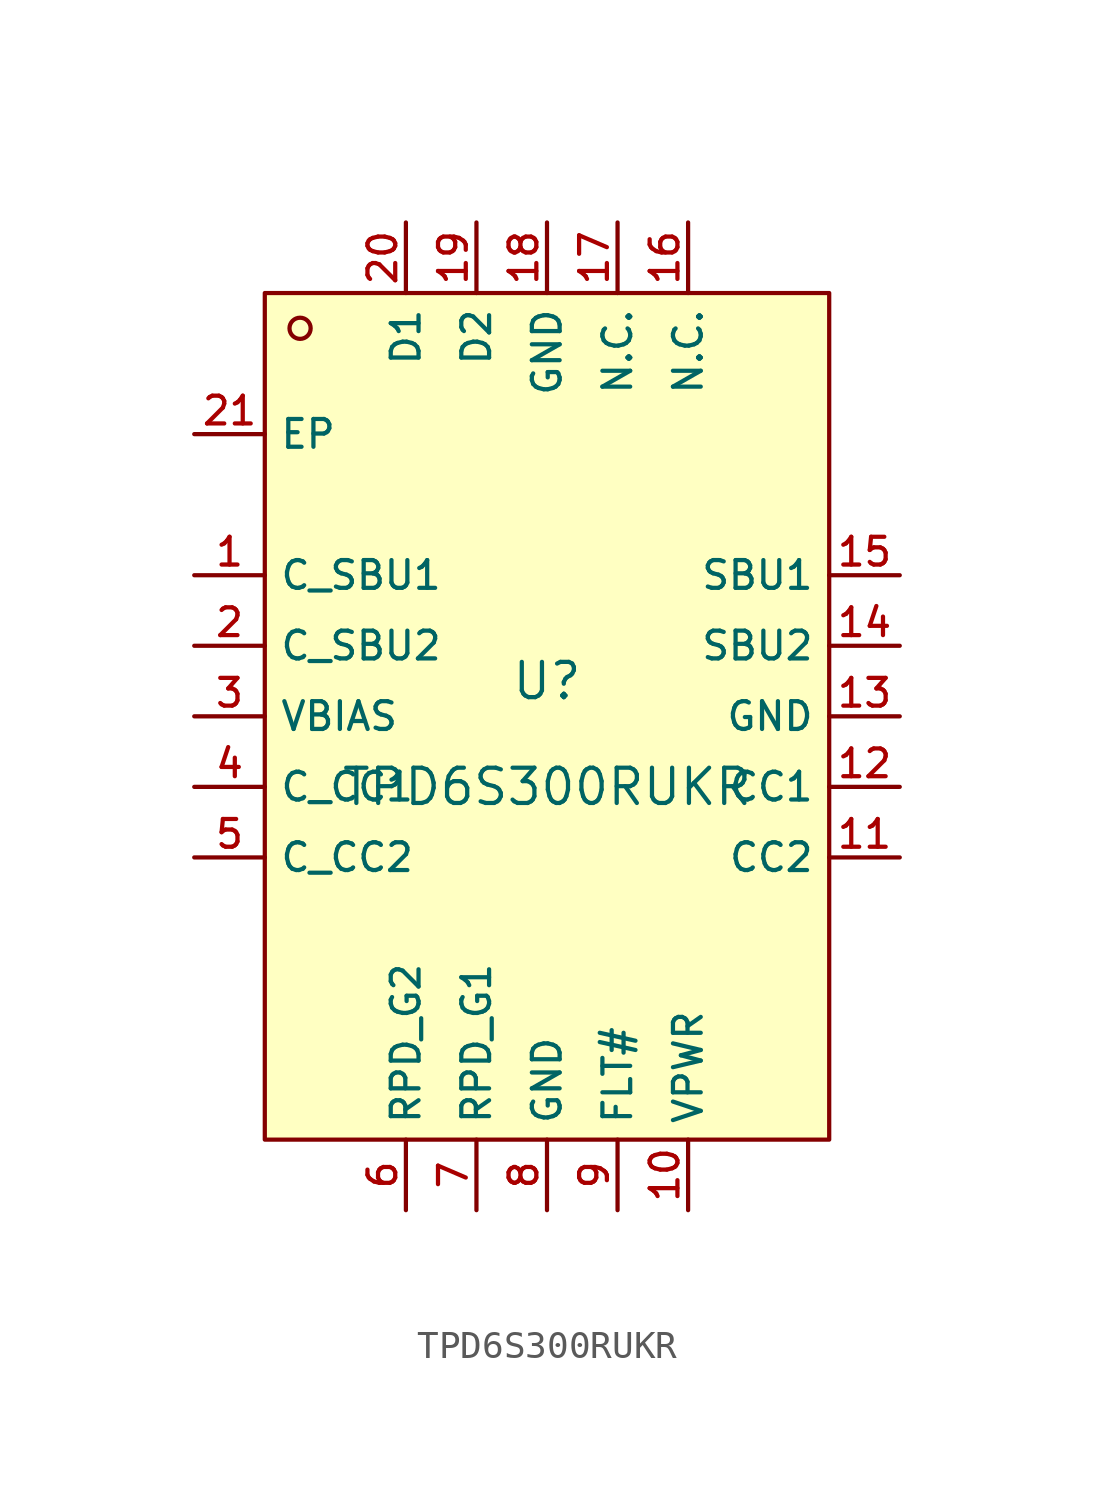
<source format=kicad_sym>
(kicad_symbol_lib
  (version 20210201)
  (generator TousstNicolas/JLC2KiCad_lib)
  (symbol "TPD6S300RUKR"
    (property "Reference" "U"
      (at 0 1.27 0)
      (effects (font (size 1.27 1.27))))
    (property "Value" "TPD6S300RUKR"
      (at 0 -2.54 0)
      (effects (font (size 1.27 1.27))))
    (symbol "TPD6S300RUKR_0_1"
      (rectangle (start -10.16 15.24) (end 10.16 -15.24) (stroke (width 0) (type default) (color 0 0 0 0)) (fill (type background)))
      (circle (center -8.89 13.97) (radius 0.381) (stroke (width 0) (type default) (color 0 0 0 0)) (fill (type background)))
      (pin unspecified line (at -12.7 5.08 0) (length 2.54) (name "C_SBU1" (effects (font (size 1 1)))) (number "1" (effects (font (size 1 1)))))
      (pin unspecified line (at -12.7 2.54 0) (length 2.54) (name "C_SBU2" (effects (font (size 1 1)))) (number "2" (effects (font (size 1 1)))))
      (pin unspecified line (at -12.7 -0.0 0) (length 2.54) (name "VBIAS" (effects (font (size 1 1)))) (number "3" (effects (font (size 1 1)))))
      (pin unspecified line (at -12.7 -2.54 0) (length 2.54) (name "C_CC1" (effects (font (size 1 1)))) (number "4" (effects (font (size 1 1)))))
      (pin unspecified line (at -12.7 -5.08 0) (length 2.54) (name "C_CC2" (effects (font (size 1 1)))) (number "5" (effects (font (size 1 1)))))
      (pin unspecified line (at -5.08 -17.78 90) (length 2.54) (name "RPD_G2" (effects (font (size 1 1)))) (number "6" (effects (font (size 1 1)))))
      (pin unspecified line (at -2.54 -17.78 90) (length 2.54) (name "RPD_G1" (effects (font (size 1 1)))) (number "7" (effects (font (size 1 1)))))
      (pin unspecified line (at 0.0 -17.78 90) (length 2.54) (name "GND" (effects (font (size 1 1)))) (number "8" (effects (font (size 1 1)))))
      (pin unspecified line (at 2.54 -17.78 90) (length 2.54) (name "FLT#" (effects (font (size 1 1)))) (number "9" (effects (font (size 1 1)))))
      (pin unspecified line (at 5.08 -17.78 90) (length 2.54) (name "VPWR" (effects (font (size 1 1)))) (number "10" (effects (font (size 1 1)))))
      (pin unspecified line (at 12.7 -5.08 180) (length 2.54) (name "CC2" (effects (font (size 1 1)))) (number "11" (effects (font (size 1 1)))))
      (pin unspecified line (at 12.7 -2.54 180) (length 2.54) (name "CC1" (effects (font (size 1 1)))) (number "12" (effects (font (size 1 1)))))
      (pin unspecified line (at 12.7 -0.0 180) (length 2.54) (name "GND" (effects (font (size 1 1)))) (number "13" (effects (font (size 1 1)))))
      (pin unspecified line (at 12.7 2.54 180) (length 2.54) (name "SBU2" (effects (font (size 1 1)))) (number "14" (effects (font (size 1 1)))))
      (pin unspecified line (at 12.7 5.08 180) (length 2.54) (name "SBU1" (effects (font (size 1 1)))) (number "15" (effects (font (size 1 1)))))
      (pin unspecified line (at 5.08 17.78 270) (length 2.54) (name "N.C." (effects (font (size 1 1)))) (number "16" (effects (font (size 1 1)))))
      (pin unspecified line (at 2.54 17.78 270) (length 2.54) (name "N.C." (effects (font (size 1 1)))) (number "17" (effects (font (size 1 1)))))
      (pin unspecified line (at 0.0 17.78 270) (length 2.54) (name "GND" (effects (font (size 1 1)))) (number "18" (effects (font (size 1 1)))))
      (pin unspecified line (at -2.54 17.78 270) (length 2.54) (name "D2" (effects (font (size 1 1)))) (number "19" (effects (font (size 1 1)))))
      (pin unspecified line (at -5.08 17.78 270) (length 2.54) (name "D1" (effects (font (size 1 1)))) (number "20" (effects (font (size 1 1)))))
      (pin unspecified line (at -12.7 10.16 0) (length 2.54) (name "EP" (effects (font (size 1 1)))) (number "21" (effects (font (size 1 1))))))))
</source>
